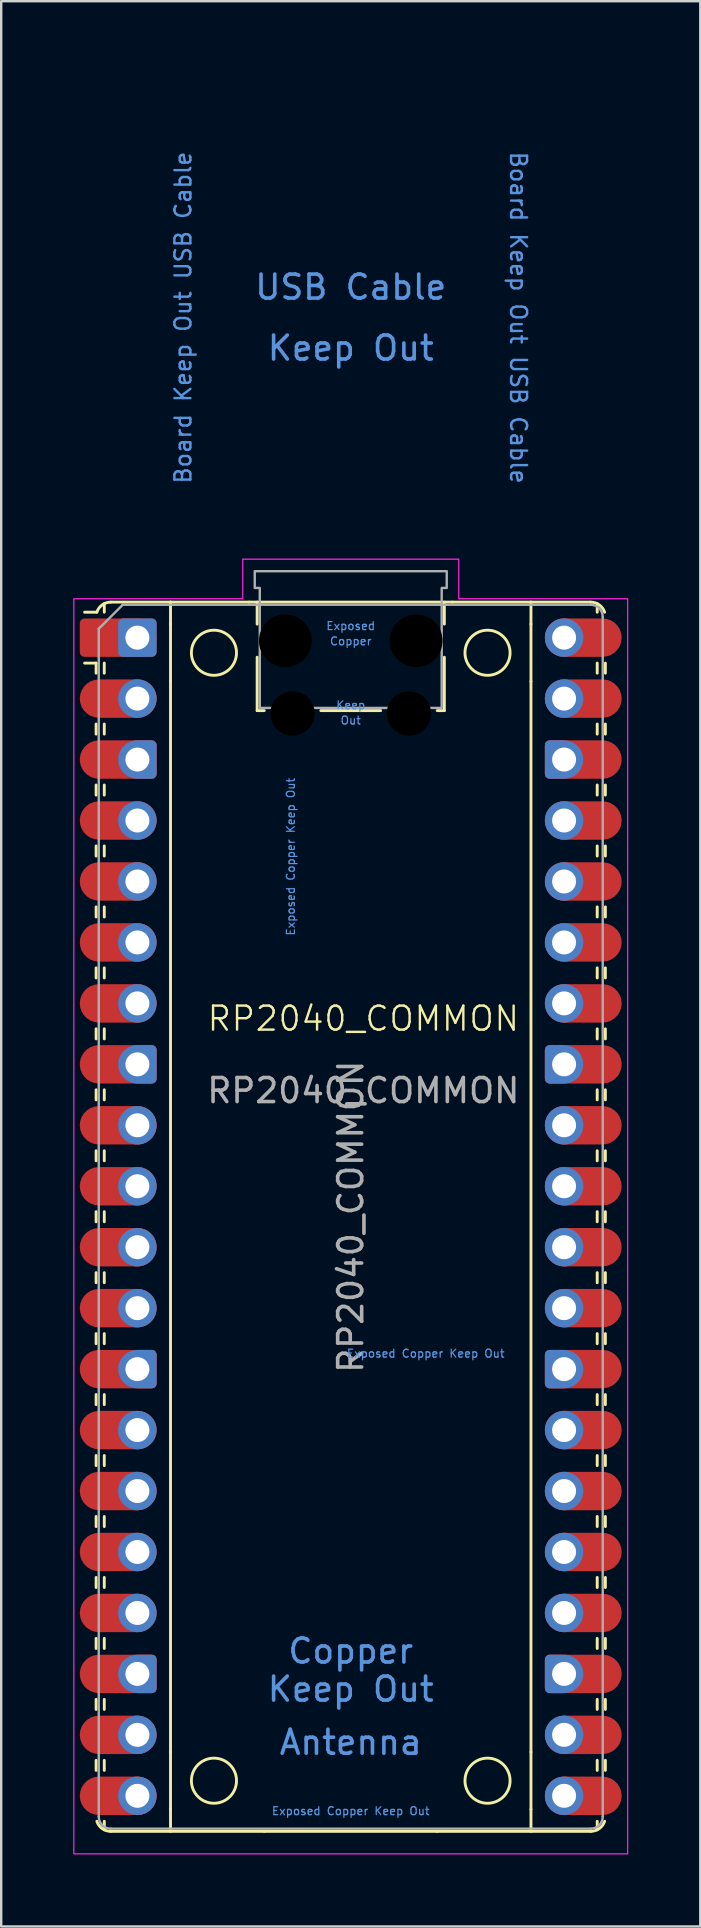
<source format=kicad_pcb>
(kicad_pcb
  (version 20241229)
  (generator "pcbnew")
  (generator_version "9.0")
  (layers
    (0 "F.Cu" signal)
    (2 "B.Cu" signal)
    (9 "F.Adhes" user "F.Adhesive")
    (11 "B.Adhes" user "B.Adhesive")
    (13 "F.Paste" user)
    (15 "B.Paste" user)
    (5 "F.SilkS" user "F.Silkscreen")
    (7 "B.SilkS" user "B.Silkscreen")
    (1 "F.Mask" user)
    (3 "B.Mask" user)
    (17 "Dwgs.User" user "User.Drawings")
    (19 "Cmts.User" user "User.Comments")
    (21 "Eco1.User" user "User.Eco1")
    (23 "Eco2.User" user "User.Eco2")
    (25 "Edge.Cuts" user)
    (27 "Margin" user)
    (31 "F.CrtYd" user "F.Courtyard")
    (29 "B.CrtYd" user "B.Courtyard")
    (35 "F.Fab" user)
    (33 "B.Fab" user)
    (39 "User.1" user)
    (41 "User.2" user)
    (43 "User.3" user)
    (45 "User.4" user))
  (footprint "RP2040_COMMON"
    (layer "F.Cu")
    (at 12.218 44.396)
    (property "Reference" "RP2040_COMMON" (at -0.128 -5.001 0) (unlocked yes) (layer "F.SilkS") (effects (font (size 1 1) (thickness 0.1))))
    (attr through_hole)
    (fp_line (start -11.263 -19.816) (end -11.743 -19.816) (stroke (width 0.12) (type solid)) (layer "F.SilkS"))
    (fp_line (start -11.263 -19.816) (end -11.263 -19.396) (stroke (width 0.12) (type solid)) (layer "F.SilkS"))
    (fp_line (start -11.263 -17.276) (end -11.263 -16.856) (stroke (width 0.12) (type solid)) (layer "F.SilkS"))
    (fp_line (start -11.263 -14.736) (end -11.263 -14.316) (stroke (width 0.12) (type solid)) (layer "F.SilkS"))
    (fp_line (start -11.263 -12.196) (end -11.263 -11.776) (stroke (width 0.12) (type solid)) (layer "F.SilkS"))
    (fp_line (start -11.263 -9.656) (end -11.263 -9.236) (stroke (width 0.12) (type solid)) (layer "F.SilkS"))
    (fp_line (start -11.263 -7.116) (end -11.263 -6.696) (stroke (width 0.12) (type solid)) (layer "F.SilkS"))
    (fp_line (start -11.263 -4.576) (end -11.263 -4.156) (stroke (width 0.12) (type solid)) (layer "F.SilkS"))
    (fp_line (start -11.263 -2.036) (end -11.263 -1.616) (stroke (width 0.12) (type solid)) (layer "F.SilkS"))
    (fp_line (start -11.263 0.504) (end -11.263 0.924) (stroke (width 0.12) (type solid)) (layer "F.SilkS"))
    (fp_line (start -11.263 3.044) (end -11.263 3.464) (stroke (width 0.12) (type solid)) (layer "F.SilkS"))
    (fp_line (start -11.263 5.584) (end -11.263 6.004) (stroke (width 0.12) (type solid)) (layer "F.SilkS"))
    (fp_line (start -11.263 8.124) (end -11.263 8.544) (stroke (width 0.12) (type solid)) (layer "F.SilkS"))
    (fp_line (start -11.263 10.664) (end -11.263 11.084) (stroke (width 0.12) (type solid)) (layer "F.SilkS"))
    (fp_line (start -11.263 13.204) (end -11.263 13.624) (stroke (width 0.12) (type solid)) (layer "F.SilkS"))
    (fp_line (start -11.263 15.744) (end -11.263 16.164) (stroke (width 0.12) (type solid)) (layer "F.SilkS"))
    (fp_line (start -11.263 18.284) (end -11.263 18.704) (stroke (width 0.12) (type solid)) (layer "F.SilkS"))
    (fp_line (start -11.263 20.824) (end -11.263 21.244) (stroke (width 0.12) (type solid)) (layer "F.SilkS"))
    (fp_line (start -11.263 23.364) (end -11.263 23.784) (stroke (width 0.12) (type solid)) (layer "F.SilkS"))
    (fp_line (start -11.263 25.904) (end -11.263 26.324) (stroke (width 0.12) (type solid)) (layer "F.SilkS"))
    (fp_line (start -11.233 -21.936) (end -11.743 -21.936) (stroke (width 0.12) (type solid)) (layer "F.SilkS"))
    (fp_line (start -10.923 -21.936) (end -10.923 -22.293) (stroke (width 0.12) (type solid)) (layer "F.SilkS"))
    (fp_line (start -10.923 -19.816) (end -10.923 -19.396) (stroke (width 0.12) (type solid)) (layer "F.SilkS"))
    (fp_line (start -10.923 -17.276) (end -10.923 -16.856) (stroke (width 0.12) (type solid)) (layer "F.SilkS"))
    (fp_line (start -10.923 -14.736) (end -10.923 -14.316) (stroke (width 0.12) (type solid)) (layer "F.SilkS"))
    (fp_line (start -10.923 -12.196) (end -10.923 -11.776) (stroke (width 0.12) (type solid)) (layer "F.SilkS"))
    (fp_line (start -10.923 -9.656) (end -10.923 -9.236) (stroke (width 0.12) (type solid)) (layer "F.SilkS"))
    (fp_line (start -10.923 -7.116) (end -10.923 -6.696) (stroke (width 0.12) (type solid)) (layer "F.SilkS"))
    (fp_line (start -10.923 -4.576) (end -10.923 -4.156) (stroke (width 0.12) (type solid)) (layer "F.SilkS"))
    (fp_line (start -10.923 -2.036) (end -10.923 -1.616) (stroke (width 0.12) (type solid)) (layer "F.SilkS"))
    (fp_line (start -10.923 0.504) (end -10.923 0.924) (stroke (width 0.12) (type solid)) (layer "F.SilkS"))
    (fp_line (start -10.923 3.044) (end -10.923 3.464) (stroke (width 0.12) (type solid)) (layer "F.SilkS"))
    (fp_line (start -10.923 5.584) (end -10.923 6.004) (stroke (width 0.12) (type solid)) (layer "F.SilkS"))
    (fp_line (start -10.923 8.124) (end -10.923 8.544) (stroke (width 0.12) (type solid)) (layer "F.SilkS"))
    (fp_line (start -10.923 10.664) (end -10.923 11.084) (stroke (width 0.12) (type solid)) (layer "F.SilkS"))
    (fp_line (start -10.923 13.204) (end -10.923 13.624) (stroke (width 0.12) (type solid)) (layer "F.SilkS"))
    (fp_line (start -10.923 15.744) (end -10.923 16.164) (stroke (width 0.12) (type solid)) (layer "F.SilkS"))
    (fp_line (start -10.923 18.284) (end -10.923 18.704) (stroke (width 0.12) (type solid)) (layer "F.SilkS"))
    (fp_line (start -10.923 20.824) (end -10.923 21.244) (stroke (width 0.12) (type solid)) (layer "F.SilkS"))
    (fp_line (start -10.923 23.364) (end -10.923 23.784) (stroke (width 0.12) (type solid)) (layer "F.SilkS"))
    (fp_line (start -10.923 25.904) (end -10.923 26.324) (stroke (width 0.12) (type solid)) (layer "F.SilkS"))
    (fp_line (start -10.923 28.444) (end -10.923 28.801) (stroke (width 0.12) (type solid)) (layer "F.SilkS"))
    (fp_line (start -10.653 -22.356) (end -8.163 -22.356) (stroke (width 0.12) (type solid)) (layer "F.SilkS"))
    (fp_line (start -10.653 28.864) (end -4.253 28.864) (stroke (width 0.12) (type solid)) (layer "F.SilkS"))
    (fp_line (start -8.163 -22.356) (end -8.163 -21.442) (stroke (width 0.12) (type solid)) (layer "F.SilkS"))
    (fp_line (start -8.163 -22.356) (end -4.888 -22.356) (stroke (width 0.12) (type solid)) (layer "F.SilkS"))
    (fp_line (start -8.163 -21.442) (end -8.163 -19.049) (stroke (width 0.12) (type solid)) (layer "F.SilkS"))
    (fp_line (start -8.163 -19.049) (end -8.163 25.558) (stroke (width 0.12) (type solid)) (layer "F.SilkS"))
    (fp_line (start -8.163 25.558) (end -8.163 27.951) (stroke (width 0.12) (type solid)) (layer "F.SilkS"))
    (fp_line (start -8.163 27.951) (end -8.163 28.864) (stroke (width 0.12) (type solid)) (layer "F.SilkS"))
    (fp_line (start -4.888 -22.356) (end 3.582 -22.356) (stroke (width 0.12) (type solid)) (layer "F.SilkS"))
    (fp_line (start -4.553 -22.356) (end -4.553 -21.44) (stroke (width 0.12) (type solid)) (layer "F.SilkS"))
    (fp_line (start -4.553 -20.061) (end -4.553 -17.836) (stroke (width 0.12) (type solid)) (layer "F.SilkS"))
    (fp_line (start -4.553 -17.836) (end -4.257 -17.836) (stroke (width 0.12) (type solid)) (layer "F.SilkS"))
    (fp_line (start -1.899 -17.836) (end 0.593 -17.836) (stroke (width 0.12) (type solid)) (layer "F.SilkS"))
    (fp_line (start 2.947 28.864) (end -4.253 28.864) (stroke (width 0.12) (type solid)) (layer "F.SilkS"))
    (fp_line (start 2.947 28.864) (end 9.347 28.864) (stroke (width 0.12) (type solid)) (layer "F.SilkS"))
    (fp_line (start 2.951 -17.836) (end 3.247 -17.836) (stroke (width 0.12) (type solid)) (layer "F.SilkS"))
    (fp_line (start 3.247 -22.356) (end 3.247 -21.44) (stroke (width 0.12) (type solid)) (layer "F.SilkS"))
    (fp_line (start 3.247 -20.061) (end 3.247 -17.836) (stroke (width 0.12) (type solid)) (layer "F.SilkS"))
    (fp_line (start 3.582 -22.356) (end 6.857 -22.356) (stroke (width 0.12) (type solid)) (layer "F.SilkS"))
    (fp_line (start 6.857 -22.356) (end 6.857 -21.442) (stroke (width 0.12) (type solid)) (layer "F.SilkS"))
    (fp_line (start 6.857 -21.442) (end 6.857 -19.049) (stroke (width 0.12) (type solid)) (layer "F.SilkS"))
    (fp_line (start 6.857 -19.049) (end 6.857 25.558) (stroke (width 0.12) (type solid)) (layer "F.SilkS"))
    (fp_line (start 6.857 25.558) (end 6.857 27.951) (stroke (width 0.12) (type solid)) (layer "F.SilkS"))
    (fp_line (start 6.857 27.951) (end 6.857 28.864) (stroke (width 0.12) (type solid)) (layer "F.SilkS"))
    (fp_line (start 9.347 -22.356) (end 6.857 -22.356) (stroke (width 0.12) (type solid)) (layer "F.SilkS"))
    (fp_line (start 9.617 -21.936) (end 9.617 -22.293) (stroke (width 0.12) (type solid)) (layer "F.SilkS"))
    (fp_line (start 9.617 -19.816) (end 9.617 -19.396) (stroke (width 0.12) (type solid)) (layer "F.SilkS"))
    (fp_line (start 9.617 -17.276) (end 9.617 -16.856) (stroke (width 0.12) (type solid)) (layer "F.SilkS"))
    (fp_line (start 9.617 -14.736) (end 9.617 -14.316) (stroke (width 0.12) (type solid)) (layer "F.SilkS"))
    (fp_line (start 9.617 -12.196) (end 9.617 -11.776) (stroke (width 0.12) (type solid)) (layer "F.SilkS"))
    (fp_line (start 9.617 -9.656) (end 9.617 -9.236) (stroke (width 0.12) (type solid)) (layer "F.SilkS"))
    (fp_line (start 9.617 -7.116) (end 9.617 -6.696) (stroke (width 0.12) (type solid)) (layer "F.SilkS"))
    (fp_line (start 9.617 -4.576) (end 9.617 -4.156) (stroke (width 0.12) (type solid)) (layer "F.SilkS"))
    (fp_line (start 9.617 -2.036) (end 9.617 -1.616) (stroke (width 0.12) (type solid)) (layer "F.SilkS"))
    (fp_line (start 9.617 0.504) (end 9.617 0.924) (stroke (width 0.12) (type solid)) (layer "F.SilkS"))
    (fp_line (start 9.617 3.044) (end 9.617 3.464) (stroke (width 0.12) (type solid)) (layer "F.SilkS"))
    (fp_line (start 9.617 5.584) (end 9.617 6.004) (stroke (width 0.12) (type solid)) (layer "F.SilkS"))
    (fp_line (start 9.617 8.124) (end 9.617 8.544) (stroke (width 0.12) (type solid)) (layer "F.SilkS"))
    (fp_line (start 9.617 10.664) (end 9.617 11.084) (stroke (width 0.12) (type solid)) (layer "F.SilkS"))
    (fp_line (start 9.617 13.204) (end 9.617 13.624) (stroke (width 0.12) (type solid)) (layer "F.SilkS"))
    (fp_line (start 9.617 15.744) (end 9.617 16.164) (stroke (width 0.12) (type solid)) (layer "F.SilkS"))
    (fp_line (start 9.617 18.284) (end 9.617 18.704) (stroke (width 0.12) (type solid)) (layer "F.SilkS"))
    (fp_line (start 9.617 20.824) (end 9.617 21.244) (stroke (width 0.12) (type solid)) (layer "F.SilkS"))
    (fp_line (start 9.617 23.364) (end 9.617 23.784) (stroke (width 0.12) (type solid)) (layer "F.SilkS"))
    (fp_line (start 9.617 25.904) (end 9.617 26.324) (stroke (width 0.12) (type solid)) (layer "F.SilkS"))
    (fp_line (start 9.617 28.444) (end 9.617 28.801) (stroke (width 0.12) (type solid)) (layer "F.SilkS"))
    (fp_line (start 9.957 -19.816) (end 9.957 -19.396) (stroke (width 0.12) (type solid)) (layer "F.SilkS"))
    (fp_line (start 9.957 -17.276) (end 9.957 -16.856) (stroke (width 0.12) (type solid)) (layer "F.SilkS"))
    (fp_line (start 9.957 -14.736) (end 9.957 -14.316) (stroke (width 0.12) (type solid)) (layer "F.SilkS"))
    (fp_line (start 9.957 -12.196) (end 9.957 -11.776) (stroke (width 0.12) (type solid)) (layer "F.SilkS"))
    (fp_line (start 9.957 -9.656) (end 9.957 -9.236) (stroke (width 0.12) (type solid)) (layer "F.SilkS"))
    (fp_line (start 9.957 -7.116) (end 9.957 -6.696) (stroke (width 0.12) (type solid)) (layer "F.SilkS"))
    (fp_line (start 9.957 -4.576) (end 9.957 -4.156) (stroke (width 0.12) (type solid)) (layer "F.SilkS"))
    (fp_line (start 9.957 -2.036) (end 9.957 -1.616) (stroke (width 0.12) (type solid)) (layer "F.SilkS"))
    (fp_line (start 9.957 0.504) (end 9.957 0.924) (stroke (width 0.12) (type solid)) (layer "F.SilkS"))
    (fp_line (start 9.957 3.044) (end 9.957 3.464) (stroke (width 0.12) (type solid)) (layer "F.SilkS"))
    (fp_line (start 9.957 5.584) (end 9.957 6.004) (stroke (width 0.12) (type solid)) (layer "F.SilkS"))
    (fp_line (start 9.957 8.124) (end 9.957 8.544) (stroke (width 0.12) (type solid)) (layer "F.SilkS"))
    (fp_line (start 9.957 10.664) (end 9.957 11.084) (stroke (width 0.12) (type solid)) (layer "F.SilkS"))
    (fp_line (start 9.957 13.204) (end 9.957 13.624) (stroke (width 0.12) (type solid)) (layer "F.SilkS"))
    (fp_line (start 9.957 15.744) (end 9.957 16.164) (stroke (width 0.12) (type solid)) (layer "F.SilkS"))
    (fp_line (start 9.957 18.284) (end 9.957 18.704) (stroke (width 0.12) (type solid)) (layer "F.SilkS"))
    (fp_line (start 9.957 20.824) (end 9.957 21.244) (stroke (width 0.12) (type solid)) (layer "F.SilkS"))
    (fp_line (start 9.957 23.364) (end 9.957 23.784) (stroke (width 0.12) (type solid)) (layer "F.SilkS"))
    (fp_line (start 9.957 25.904) (end 9.957 26.324) (stroke (width 0.12) (type solid)) (layer "F.SilkS"))
    (fp_arc (start -11.232796 -21.935814) (mid -11.011058 -22.239821) (end -10.65312 -22.355877) (stroke (width 0.12) (type solid)) (layer "F.SilkS"))
    (fp_arc (start -10.65312 28.864123) (mid -11.011057 28.748067) (end -11.232796 28.44406) (stroke (width 0.12) (type solid)) (layer "F.SilkS"))
    (fp_arc (start 9.34688 -22.355877) (mid 9.704817 -22.239821) (end 9.926556 -21.935814) (stroke (width 0.12) (type solid)) (layer "F.SilkS"))
    (fp_arc (start 9.926556 28.44406) (mid 9.704838 28.748114) (end 9.34688 28.864123) (stroke (width 0.12) (type solid)) (layer "F.SilkS"))
    (fp_circle (center -6.353 -20.246) (end -5.413 -20.246) (stroke (width 0.12) (type solid)) (fill no) (layer "F.SilkS"))
    (fp_circle (center -6.353 26.754) (end -5.413 26.754) (stroke (width 0.12) (type solid)) (fill no) (layer "F.SilkS"))
    (fp_circle (center 5.047 -20.246) (end 5.987 -20.246) (stroke (width 0.12) (type solid)) (fill no) (layer "F.SilkS"))
    (fp_circle (center 5.047 26.754) (end 5.987 26.754) (stroke (width 0.12) (type solid)) (fill no) (layer "F.SilkS"))
    (fp_poly (pts (xy -5.153 -24.146) (xy 3.847 -24.146) (xy 3.847 -22.496) (xy 10.887 -22.496) (xy 10.887 29.804) (xy -12.193 29.804) (xy -12.193 -22.496) (xy -5.153 -22.496)) (stroke (width 0.05) (type solid)) (fill no) (layer "F.CrtYd"))
    (fp_line (start -11.153 -21.246) (end -10.153 -22.246) (stroke (width 0.1) (type solid)) (layer "F.Fab"))
    (fp_line (start -11.153 28.254) (end -11.153 -21.246) (stroke (width 0.1) (type solid)) (layer "F.Fab"))
    (fp_line (start -10.153 -22.246) (end 9.347 -22.246) (stroke (width 0.1) (type solid)) (layer "F.Fab"))
    (fp_line (start 9.347 28.754) (end -10.653 28.754) (stroke (width 0.1) (type solid)) (layer "F.Fab"))
    (fp_line (start 9.847 -21.746) (end 9.847 28.254) (stroke (width 0.1) (type solid)) (layer "F.Fab"))
    (fp_arc (start -10.65312 28.754123) (mid -11.006673 28.607676) (end -11.15312 28.254123) (stroke (width 0.1) (type solid)) (layer "F.Fab"))
    (fp_arc (start 9.34688 -22.245877) (mid 9.700433 -22.09943) (end 9.84688 -21.745877) (stroke (width 0.1) (type solid)) (layer "F.Fab"))
    (fp_arc (start 9.84688 28.254123) (mid 9.700433 28.607676) (end 9.34688 28.754123) (stroke (width 0.1) (type solid)) (layer "F.Fab"))
    (fp_poly (pts (xy 3.137 -17.946) (xy 3.137 -22.946) (xy 3.347 -22.946) (xy 3.347 -23.646) (xy -4.653 -23.646) (xy -4.653 -22.946) (xy -4.443 -22.946) (xy -4.443 -17.946)) (stroke (width 0.1) (type solid)) (fill no) (layer "F.Fab"))
    (fp_text user "Keep Out" (at -0.653 -32.941 0) (unlocked yes) (layer "Cmts.User") (effects (font (size 1 1) (thickness 0.15))))
    (fp_text user "Board Keep Out USB Cable" (at 6.332 -34.211 270) (unlocked yes) (layer "Cmts.User") (effects (font (size 0.667 0.667) (thickness 0.1))))
    (fp_text user "Keep Out" (at -0.653 22.939 0) (unlocked yes) (layer "Cmts.User") (effects (font (size 1 1) (thickness 0.15))))
    (fp_text user "Exposed Copper Keep Out" (at 2.471 8.954 0) (unlocked yes) (layer "Cmts.User") (effects (font (size 0.333 0.333) (thickness 0.05))))
    (fp_text user "Exposed" (at -0.653 -21.363 0) (unlocked yes) (layer "Cmts.User") (effects (font (size 0.333 0.333) (thickness 0.05))))
    (fp_text user "Exposed Copper Keep Out" (at -0.653 28.019 0) (unlocked yes) (layer "Cmts.User") (effects (font (size 0.333 0.333) (thickness 0.05))))
    (fp_text user "Out" (at -0.653 -17.428 0) (unlocked yes) (layer "Cmts.User") (effects (font (size 0.333 0.333) (thickness 0.05))))
    (fp_text user "Antenna" (at -0.653 25.154 0) (unlocked yes) (layer "Cmts.User") (effects (font (size 1 1) (thickness 0.15))))
    (fp_text user "Copper" (at -0.653 21.352 0) (unlocked yes) (layer "Cmts.User") (effects (font (size 1 1) (thickness 0.15))))
    (fp_text user "Keep" (at -0.653 -18.063 0) (unlocked yes) (layer "Cmts.User") (effects (font (size 0.333 0.333) (thickness 0.05))))
    (fp_text user "Board Keep Out USB Cable" (at -7.638 -34.211 90) (unlocked yes) (layer "Cmts.User") (effects (font (size 0.667 0.667) (thickness 0.1))))
    (fp_text user "USB Cable" (at -0.653 -35.481 0) (unlocked yes) (layer "Cmts.User") (effects (font (size 1 1) (thickness 0.15))))
    (fp_text user "Copper" (at -0.653 -20.728 0) (unlocked yes) (layer "Cmts.User") (effects (font (size 0.333 0.333) (thickness 0.05))))
    (fp_text user "Exposed Copper Keep Out" (at -3.153 -11.746 90) (unlocked yes) (layer "Cmts.User") (effects (font (size 0.333 0.333) (thickness 0.05))))
    (fp_text user "${REFERENCE}" (at -0.653 3.254 90) (layer "F.Fab") (effects (font (size 1 1) (thickness 0.15))))
    (fp_text user "${REFERENCE}" (at -0.128 -2.001 0) (unlocked yes) (layer "F.Fab") (effects (font (size 1 1) (thickness 0.15))))
    (pad "" np_thru_hole circle (at -3.378 -20.746) (size 2.2 2.2) (drill 2.2) (layers "*.Mask"))
    (pad "" np_thru_hole circle (at -3.078 -17.716) (size 1.85 1.85) (drill 1.85) (layers "*.Mask"))
    (pad "" np_thru_hole circle (at 1.772 -17.716) (size 1.85 1.85) (drill 1.85) (layers "*.Mask"))
    (pad "" np_thru_hole circle (at 2.072 -20.746) (size 2.2 2.2) (drill 2.2) (layers "*.Mask"))
    (pad "1" thru_hole roundrect (at -9.543 -20.876) (size 1.6 1.6) (drill 1) (layers "*.Cu" "*.Mask") (roundrect_rratio 0.125))
    (pad "1" smd custom (at -9.543 -20.876) (size 1.6 1.6) (layers "F.Cu" "F.Mask") (options (anchor circle)) (primitives (gr_poly (pts (xy -2.4 0.6) (xy -2.4 -0.6) (xy -2.2 -0.8) (xy 0 -0.8) (xy 0 0.8) (xy -2.2 0.8)) (width 0) (fill yes)) (gr_circle (center -2.2 0.6) (end -2 0.6) (width 0) (fill yes)) (gr_circle (center -2.2 -0.6) (end -2 -0.6) (width 0) (fill yes))))
    (pad "2" thru_hole circle (at -9.543 -18.336) (size 1.6 1.6) (drill 1) (layers "*.Cu" "*.Mask"))
    (pad "2" smd roundrect (at -9.543 -18.336) (size 3.2 1.6) (drill (offset -0.8 0)) (layers "F.Cu" "F.Mask") (roundrect_rratio 0.5))
    (pad "3" smd custom (at -9.543 -15.796) (size 1.6 1.6) (layers "F.Cu" "F.Mask") (options (anchor circle)) (primitives (gr_poly (pts (xy 0.8 -0.6) (xy 0.8 0.6) (xy 0.6 0.8) (xy -1.6 0.8) (xy -1.6 -0.8) (xy 0.6 -0.8)) (width 0) (fill yes)) (gr_circle (center 0.6 0.6) (end 0.8 0.6) (width 0) (fill yes)) (gr_circle (center 0.6 -0.6) (end 0.8 -0.6) (width 0) (fill yes)) (gr_circle (center -1.6 0) (end -0.8 0) (width 0) (fill yes))))
    (pad "3" thru_hole custom (at -9.543 -15.796) (size 1.6 1.6) (drill 1) (layers "*.Cu" "*.Mask") (options (anchor circle)) (primitives (gr_poly (pts (xy 0.8 0.6) (xy 0.8 -0.6) (xy 0.6 -0.8) (xy 0 -0.8) (xy 0 0.8) (xy 0.6 0.8)) (width 0) (fill yes)) (gr_circle (center 0.6 0.6) (end 0.8 0.6) (width 0) (fill yes)) (gr_circle (center 0.6 -0.6) (end 0.8 -0.6) (width 0) (fill yes))))
    (pad "4" thru_hole circle (at -9.543 -13.256) (size 1.6 1.6) (drill 1) (layers "*.Cu" "*.Mask"))
    (pad "4" smd roundrect (at -9.543 -13.256) (size 3.2 1.6) (drill (offset -0.8 0)) (layers "F.Cu" "F.Mask") (roundrect_rratio 0.5))
    (pad "5" thru_hole circle (at -9.543 -10.716) (size 1.6 1.6) (drill 1) (layers "*.Cu" "*.Mask"))
    (pad "5" smd roundrect (at -9.543 -10.716) (size 3.2 1.6) (drill (offset -0.8 0)) (layers "F.Cu" "F.Mask") (roundrect_rratio 0.5))
    (pad "6" thru_hole circle (at -9.543 -8.176) (size 1.6 1.6) (drill 1) (layers "*.Cu" "*.Mask"))
    (pad "6" smd roundrect (at -9.543 -8.176) (size 3.2 1.6) (drill (offset -0.8 0)) (layers "F.Cu" "F.Mask") (roundrect_rratio 0.5))
    (pad "7" thru_hole circle (at -9.543 -5.636) (size 1.6 1.6) (drill 1) (layers "*.Cu" "*.Mask"))
    (pad "7" smd roundrect (at -9.543 -5.636) (size 3.2 1.6) (drill (offset -0.8 0)) (layers "F.Cu" "F.Mask") (roundrect_rratio 0.5))
    (pad "8" smd custom (at -9.543 -3.096) (size 1.6 1.6) (layers "F.Cu" "F.Mask") (options (anchor circle)) (primitives (gr_poly (pts (xy 0.8 -0.6) (xy 0.8 0.6) (xy 0.6 0.8) (xy -1.6 0.8) (xy -1.6 -0.8) (xy 0.6 -0.8)) (width 0) (fill yes)) (gr_circle (center 0.6 0.6) (end 0.8 0.6) (width 0) (fill yes)) (gr_circle (center 0.6 -0.6) (end 0.8 -0.6) (width 0) (fill yes)) (gr_circle (center -1.6 0) (end -0.8 0) (width 0) (fill yes))))
    (pad "8" thru_hole custom (at -9.543 -3.096) (size 1.6 1.6) (drill 1) (layers "*.Cu" "*.Mask") (options (anchor circle)) (primitives (gr_poly (pts (xy 0.8 0.6) (xy 0.8 -0.6) (xy 0.6 -0.8) (xy 0 -0.8) (xy 0 0.8) (xy 0.6 0.8)) (width 0) (fill yes)) (gr_circle (center 0.6 0.6) (end 0.8 0.6) (width 0) (fill yes)) (gr_circle (center 0.6 -0.6) (end 0.8 -0.6) (width 0) (fill yes))))
    (pad "9" thru_hole circle (at -9.543 -0.556) (size 1.6 1.6) (drill 1) (layers "*.Cu" "*.Mask"))
    (pad "9" smd roundrect (at -9.543 -0.556) (size 3.2 1.6) (drill (offset -0.8 0)) (layers "F.Cu" "F.Mask") (roundrect_rratio 0.5))
    (pad "10" thru_hole circle (at -9.543 1.984) (size 1.6 1.6) (drill 1) (layers "*.Cu" "*.Mask"))
    (pad "10" smd roundrect (at -9.543 1.984) (size 3.2 1.6) (drill (offset -0.8 0)) (layers "F.Cu" "F.Mask") (roundrect_rratio 0.5))
    (pad "11" thru_hole circle (at -9.543 4.524) (size 1.6 1.6) (drill 1) (layers "*.Cu" "*.Mask"))
    (pad "11" smd roundrect (at -9.543 4.524) (size 3.2 1.6) (drill (offset -0.8 0)) (layers "F.Cu" "F.Mask") (roundrect_rratio 0.5))
    (pad "12" thru_hole circle (at -9.543 7.064) (size 1.6 1.6) (drill 1) (layers "*.Cu" "*.Mask"))
    (pad "12" smd roundrect (at -9.543 7.064) (size 3.2 1.6) (drill (offset -0.8 0)) (layers "F.Cu" "F.Mask") (roundrect_rratio 0.5))
    (pad "13" smd custom (at -9.543 9.604) (size 1.6 1.6) (layers "F.Cu" "F.Mask") (options (anchor circle)) (primitives (gr_poly (pts (xy 0.8 -0.6) (xy 0.8 0.6) (xy 0.6 0.8) (xy -1.6 0.8) (xy -1.6 -0.8) (xy 0.6 -0.8)) (width 0) (fill yes)) (gr_circle (center 0.6 0.6) (end 0.8 0.6) (width 0) (fill yes)) (gr_circle (center 0.6 -0.6) (end 0.8 -0.6) (width 0) (fill yes)) (gr_circle (center -1.6 0) (end -0.8 0) (width 0) (fill yes))))
    (pad "13" thru_hole custom (at -9.543 9.604) (size 1.6 1.6) (drill 1) (layers "*.Cu" "*.Mask") (options (anchor circle)) (primitives (gr_poly (pts (xy 0.8 0.6) (xy 0.8 -0.6) (xy 0.6 -0.8) (xy 0 -0.8) (xy 0 0.8) (xy 0.6 0.8)) (width 0) (fill yes)) (gr_circle (center 0.6 0.6) (end 0.8 0.6) (width 0) (fill yes)) (gr_circle (center 0.6 -0.6) (end 0.8 -0.6) (width 0) (fill yes))))
    (pad "14" thru_hole circle (at -9.543 12.144) (size 1.6 1.6) (drill 1) (layers "*.Cu" "*.Mask"))
    (pad "14" smd roundrect (at -9.543 12.144) (size 3.2 1.6) (drill (offset -0.8 0)) (layers "F.Cu" "F.Mask") (roundrect_rratio 0.5))
    (pad "15" thru_hole circle (at -9.543 14.684) (size 1.6 1.6) (drill 1) (layers "*.Cu" "*.Mask"))
    (pad "15" smd roundrect (at -9.543 14.684) (size 3.2 1.6) (drill (offset -0.8 0)) (layers "F.Cu" "F.Mask") (roundrect_rratio 0.5))
    (pad "16" thru_hole circle (at -9.543 17.224) (size 1.6 1.6) (drill 1) (layers "*.Cu" "*.Mask"))
    (pad "16" smd roundrect (at -9.543 17.224) (size 3.2 1.6) (drill (offset -0.8 0)) (layers "F.Cu" "F.Mask") (roundrect_rratio 0.5))
    (pad "17" thru_hole circle (at -9.543 19.764) (size 1.6 1.6) (drill 1) (layers "*.Cu" "*.Mask"))
    (pad "17" smd roundrect (at -9.543 19.764) (size 3.2 1.6) (drill (offset -0.8 0)) (layers "F.Cu" "F.Mask") (roundrect_rratio 0.5))
    (pad "18" smd custom (at -9.543 22.304) (size 1.6 1.6) (layers "F.Cu" "F.Mask") (options (anchor circle)) (primitives (gr_poly (pts (xy 0.8 -0.6) (xy 0.8 0.6) (xy 0.6 0.8) (xy -1.6 0.8) (xy -1.6 -0.8) (xy 0.6 -0.8)) (width 0) (fill yes)) (gr_circle (center 0.6 0.6) (end 0.8 0.6) (width 0) (fill yes)) (gr_circle (center 0.6 -0.6) (end 0.8 -0.6) (width 0) (fill yes)) (gr_circle (center -1.6 0) (end -0.8 0) (width 0) (fill yes))))
    (pad "18" thru_hole custom (at -9.543 22.304) (size 1.6 1.6) (drill 1) (layers "*.Cu" "*.Mask") (options (anchor circle)) (primitives (gr_poly (pts (xy 0.8 0.6) (xy 0.8 -0.6) (xy 0.6 -0.8) (xy 0 -0.8) (xy 0 0.8) (xy 0.6 0.8)) (width 0) (fill yes)) (gr_circle (center 0.6 0.6) (end 0.8 0.6) (width 0) (fill yes)) (gr_circle (center 0.6 -0.6) (end 0.8 -0.6) (width 0) (fill yes))))
    (pad "19" thru_hole circle (at -9.543 24.844) (size 1.6 1.6) (drill 1) (layers "*.Cu" "*.Mask"))
    (pad "19" smd roundrect (at -9.543 24.844) (size 3.2 1.6) (drill (offset -0.8 0)) (layers "F.Cu" "F.Mask") (roundrect_rratio 0.5))
    (pad "20" thru_hole circle (at -9.543 27.384) (size 1.6 1.6) (drill 1) (layers "*.Cu" "*.Mask"))
    (pad "20" smd roundrect (at -9.543 27.384) (size 3.2 1.6) (drill (offset -0.8 0)) (layers "F.Cu" "F.Mask") (roundrect_rratio 0.5))
    (pad "21" thru_hole circle (at 8.237 27.384) (size 1.6 1.6) (drill 1) (layers "*.Cu" "*.Mask"))
    (pad "21" smd roundrect (at 8.237 27.384) (size 3.2 1.6) (drill (offset 0.8 0)) (layers "F.Cu" "F.Mask") (roundrect_rratio 0.5))
    (pad "22" thru_hole circle (at 8.237 24.844) (size 1.6 1.6) (drill 1) (layers "*.Cu" "*.Mask"))
    (pad "22" smd roundrect (at 8.237 24.844) (size 3.2 1.6) (drill (offset 0.8 0)) (layers "F.Cu" "F.Mask") (roundrect_rratio 0.5))
    (pad "23" smd custom (at 8.237 22.304) (size 1.6 1.6) (layers "F.Cu" "F.Mask") (options (anchor circle)) (primitives (gr_poly (pts (xy -0.8 -0.6) (xy -0.8 0.6) (xy -0.6 0.8) (xy 1.6 0.8) (xy 1.6 -0.8) (xy -0.6 -0.8)) (width 0) (fill yes)) (gr_circle (center -0.6 0.6) (end -0.4 0.6) (width 0) (fill yes)) (gr_circle (center -0.6 -0.6) (end -0.4 -0.6) (width 0) (fill yes)) (gr_circle (center 1.6 0) (end 2.4 0) (width 0) (fill yes))))
    (pad "23" thru_hole custom (at 8.237 22.304) (size 1.6 1.6) (drill 1) (layers "*.Cu" "*.Mask") (options (anchor circle)) (primitives (gr_poly (pts (xy -0.8 0.6) (xy -0.8 -0.6) (xy -0.6 -0.8) (xy 0 -0.8) (xy 0 0.8) (xy -0.6 0.8)) (width 0) (fill yes)) (gr_circle (center -0.6 0.6) (end -0.4 0.6) (width 0) (fill yes)) (gr_circle (center -0.6 -0.6) (end -0.4 -0.6) (width 0) (fill yes))))
    (pad "24" thru_hole circle (at 8.237 19.764) (size 1.6 1.6) (drill 1) (layers "*.Cu" "*.Mask"))
    (pad "24" smd roundrect (at 8.237 19.764) (size 3.2 1.6) (drill (offset 0.8 0)) (layers "F.Cu" "F.Mask") (roundrect_rratio 0.5))
    (pad "25" thru_hole circle (at 8.237 17.224) (size 1.6 1.6) (drill 1) (layers "*.Cu" "*.Mask"))
    (pad "25" smd roundrect (at 8.237 17.224) (size 3.2 1.6) (drill (offset 0.8 0)) (layers "F.Cu" "F.Mask") (roundrect_rratio 0.5))
    (pad "26" thru_hole circle (at 8.237 14.684) (size 1.6 1.6) (drill 1) (layers "*.Cu" "*.Mask"))
    (pad "26" smd roundrect (at 8.237 14.684) (size 3.2 1.6) (drill (offset 0.8 0)) (layers "F.Cu" "F.Mask") (roundrect_rratio 0.5))
    (pad "27" thru_hole circle (at 8.237 12.144) (size 1.6 1.6) (drill 1) (layers "*.Cu" "*.Mask"))
    (pad "27" smd roundrect (at 8.237 12.144) (size 3.2 1.6) (drill (offset 0.8 0)) (layers "F.Cu" "F.Mask") (roundrect_rratio 0.5))
    (pad "28" smd custom (at 8.237 9.604) (size 1.6 1.6) (layers "F.Cu" "F.Mask") (options (anchor circle)) (primitives (gr_poly (pts (xy -0.8 -0.6) (xy -0.8 0.6) (xy -0.6 0.8) (xy 1.6 0.8) (xy 1.6 -0.8) (xy -0.6 -0.8)) (width 0) (fill yes)) (gr_circle (center -0.6 0.6) (end -0.4 0.6) (width 0) (fill yes)) (gr_circle (center -0.6 -0.6) (end -0.4 -0.6) (width 0) (fill yes)) (gr_circle (center 1.6 0) (end 2.4 0) (width 0) (fill yes))))
    (pad "28" thru_hole custom (at 8.237 9.604) (size 1.6 1.6) (drill 1) (layers "*.Cu" "*.Mask") (options (anchor circle)) (primitives (gr_poly (pts (xy -0.8 0.6) (xy -0.8 -0.6) (xy -0.6 -0.8) (xy 0 -0.8) (xy 0 0.8) (xy -0.6 0.8)) (width 0) (fill yes)) (gr_circle (center -0.6 0.6) (end -0.4 0.6) (width 0) (fill yes)) (gr_circle (center -0.6 -0.6) (end -0.4 -0.6) (width 0) (fill yes))))
    (pad "29" thru_hole circle (at 8.237 7.064) (size 1.6 1.6) (drill 1) (layers "*.Cu" "*.Mask"))
    (pad "29" smd roundrect (at 8.237 7.064) (size 3.2 1.6) (drill (offset 0.8 0)) (layers "F.Cu" "F.Mask") (roundrect_rratio 0.5))
    (pad "30" thru_hole circle (at 8.237 4.524) (size 1.6 1.6) (drill 1) (layers "*.Cu" "*.Mask"))
    (pad "30" smd roundrect (at 8.237 4.524) (size 3.2 1.6) (drill (offset 0.8 0)) (layers "F.Cu" "F.Mask") (roundrect_rratio 0.5))
    (pad "31" thru_hole circle (at 8.237 1.984) (size 1.6 1.6) (drill 1) (layers "*.Cu" "*.Mask"))
    (pad "31" smd roundrect (at 8.237 1.984) (size 3.2 1.6) (drill (offset 0.8 0)) (layers "F.Cu" "F.Mask") (roundrect_rratio 0.5))
    (pad "32" thru_hole circle (at 8.237 -0.556) (size 1.6 1.6) (drill 1) (layers "*.Cu" "*.Mask"))
    (pad "32" smd roundrect (at 8.237 -0.556) (size 3.2 1.6) (drill (offset 0.8 0)) (layers "F.Cu" "F.Mask") (roundrect_rratio 0.5))
    (pad "33" smd custom (at 8.237 -3.096) (size 1.6 1.6) (layers "F.Cu" "F.Mask") (options (anchor circle)) (primitives (gr_poly (pts (xy -0.8 -0.6) (xy -0.8 0.6) (xy -0.6 0.8) (xy 1.6 0.8) (xy 1.6 -0.8) (xy -0.6 -0.8)) (width 0) (fill yes)) (gr_circle (center -0.6 0.6) (end -0.4 0.6) (width 0) (fill yes)) (gr_circle (center -0.6 -0.6) (end -0.4 -0.6) (width 0) (fill yes)) (gr_circle (center 1.6 0) (end 2.4 0) (width 0) (fill yes))))
    (pad "33" thru_hole custom (at 8.237 -3.096) (size 1.6 1.6) (drill 1) (layers "*.Cu" "*.Mask") (options (anchor circle)) (primitives (gr_poly (pts (xy -0.8 0.6) (xy -0.8 -0.6) (xy -0.6 -0.8) (xy 0 -0.8) (xy 0 0.8) (xy -0.6 0.8)) (width 0) (fill yes)) (gr_circle (center -0.6 0.6) (end -0.4 0.6) (width 0) (fill yes)) (gr_circle (center -0.6 -0.6) (end -0.4 -0.6) (width 0) (fill yes))))
    (pad "34" thru_hole circle (at 8.237 -5.636) (size 1.6 1.6) (drill 1) (layers "*.Cu" "*.Mask"))
    (pad "34" smd roundrect (at 8.237 -5.636) (size 3.2 1.6) (drill (offset 0.8 0)) (layers "F.Cu" "F.Mask") (roundrect_rratio 0.5))
    (pad "35" thru_hole circle (at 8.237 -8.176) (size 1.6 1.6) (drill 1) (layers "*.Cu" "*.Mask"))
    (pad "35" smd roundrect (at 8.237 -8.176) (size 3.2 1.6) (drill (offset 0.8 0)) (layers "F.Cu" "F.Mask") (roundrect_rratio 0.5))
    (pad "36" thru_hole circle (at 8.237 -10.716) (size 1.6 1.6) (drill 1) (layers "*.Cu" "*.Mask"))
    (pad "36" smd roundrect (at 8.237 -10.716) (size 3.2 1.6) (drill (offset 0.8 0)) (layers "F.Cu" "F.Mask") (roundrect_rratio 0.5))
    (pad "37" thru_hole circle (at 8.237 -13.256) (size 1.6 1.6) (drill 1) (layers "*.Cu" "*.Mask"))
    (pad "37" smd roundrect (at 8.237 -13.256) (size 3.2 1.6) (drill (offset 0.8 0)) (layers "F.Cu" "F.Mask") (roundrect_rratio 0.5))
    (pad "38" smd custom (at 8.237 -15.796) (size 1.6 1.6) (layers "F.Cu" "F.Mask") (options (anchor circle)) (primitives (gr_poly (pts (xy -0.8 -0.6) (xy -0.8 0.6) (xy -0.6 0.8) (xy 1.6 0.8) (xy 1.6 -0.8) (xy -0.6 -0.8)) (width 0) (fill yes)) (gr_circle (center -0.6 0.6) (end -0.4 0.6) (width 0) (fill yes)) (gr_circle (center -0.6 -0.6) (end -0.4 -0.6) (width 0) (fill yes)) (gr_circle (center 1.6 0) (end 2.4 0) (width 0) (fill yes))))
    (pad "38" thru_hole custom (at 8.237 -15.796) (size 1.6 1.6) (drill 1) (layers "*.Cu" "*.Mask") (options (anchor circle)) (primitives (gr_poly (pts (xy -0.8 0.6) (xy -0.8 -0.6) (xy -0.6 -0.8) (xy 0 -0.8) (xy 0 0.8) (xy -0.6 0.8)) (width 0) (fill yes)) (gr_circle (center -0.6 0.6) (end -0.4 0.6) (width 0) (fill yes)) (gr_circle (center -0.6 -0.6) (end -0.4 -0.6) (width 0) (fill yes))))
    (pad "39" thru_hole circle (at 8.237 -18.336) (size 1.6 1.6) (drill 1) (layers "*.Cu" "*.Mask"))
    (pad "39" smd roundrect (at 8.237 -18.336) (size 3.2 1.6) (drill (offset 0.8 0)) (layers "F.Cu" "F.Mask") (roundrect_rratio 0.5))
    (pad "40" thru_hole circle (at 8.237 -20.876) (size 1.6 1.6) (drill 1) (layers "*.Cu" "*.Mask"))
    (pad "40" smd roundrect (at 8.237 -20.876) (size 3.2 1.6) (drill (offset 0.8 0)) (layers "F.Cu" "F.Mask") (roundrect_rratio 0.5))
    (zone (net_name "") (layers "F.Cu" "B.Cu" "F.Paste" "B.Paste") (name "Antenna Copper Keep Out") (hatch full 0.5) (connect_pads) (min_thickness 0.254) (filled_areas_thickness no) (keepout (tracks not_allowed) (vias not_allowed) (pads not_allowed) (copperpour not_allowed) (footprints allowed)) (placement (enabled no)) (fill) (polygon (pts (xy 9.165 72.64) (xy 4.465 68.99) (xy 4.465 64.65) (xy 18.665 64.65) (xy 18.665 68.99) (xy 13.965 72.64) (xy 13.965 73.65) (xy 9.165 73.65))))
    (zone (net_name "") (layers "F.Cu" "F.Paste") (name "Pad Keep Out D1-W") (hatch full 0.5) (connect_pads) (min_thickness 0.25) (filled_areas_thickness no) (keepout (tracks not_allowed) (vias not_allowed) (pads not_allowed) (copperpour not_allowed) (footprints allowed)) (placement (enabled no)) (fill) (polygon (pts (xy 11.194 52.45) (xy 11.249 52.395) (xy 11.322 52.365) (xy 11.362 52.363) (xy 12.149 52.363) (xy 12.149 54.337) (xy 11.362 54.337) (xy 11.322 54.335) (xy 11.249 54.305) (xy 11.194 54.25) (xy 11.164 54.177) (xy 11.162 54.137) (xy 11.162 52.563) (xy 11.164 52.523))))
    (zone (net_name "") (layers "F.Cu" "F.Paste") (name "Pad Keep Out D1-W") (hatch full 0.5) (connect_pads) (min_thickness 0.25) (filled_areas_thickness no) (keepout (tracks not_allowed) (vias not_allowed) (pads not_allowed) (copperpour not_allowed) (footprints allowed)) (placement (enabled no)) (fill) (polygon (pts (xy 12.937 54.337) (xy 12.149 54.337) (xy 12.149 52.363) (xy 12.937 52.363) (xy 12.976 52.365) (xy 13.049 52.395) (xy 13.104 52.45) (xy 13.135 52.523) (xy 13.136 52.563) (xy 13.136 54.137) (xy 13.135 54.177) (xy 13.104 54.25) (xy 13.049 54.305) (xy 12.976 54.335))))
    (zone (net_name "") (layers "F.Cu" "F.Paste") (name "Pad Keep Out TP4") (hatch full 0.5) (connect_pads) (min_thickness 0.25) (filled_areas_thickness no) (keepout (tracks not_allowed) (vias not_allowed) (pads not_allowed) (copperpour not_allowed) (footprints allowed)) (placement (enabled no)) (fill) (polygon (pts (xy 8.549 31.098) (xy 8.423 31.064) (xy 8.309 30.998) (xy 8.217 30.906) (xy 8.151 30.792) (xy 8.117 30.666) (xy 8.115 30.6) (xy 8.115 30.15) (xy 10.015 30.15) (xy 10.015 30.6) (xy 10.013 30.666) (xy 9.979 30.792) (xy 9.913 30.906) (xy 9.821 30.998) (xy 9.707 31.064) (xy 9.581 31.098) (xy 9.515 31.1) (xy 8.615 31.1))))
    (zone (net_name "") (layers "F.Cu" "F.Paste") (name "Pad Keep Out TP5") (hatch full 0.5) (connect_pads) (min_thickness 0.25) (filled_areas_thickness no) (keepout (tracks not_allowed) (vias not_allowed) (pads not_allowed) (copperpour not_allowed) (footprints allowed)) (placement (enabled no)) (fill) (polygon (pts (xy 8.549 33.598) (xy 8.423 33.564) (xy 8.309 33.498) (xy 8.217 33.406) (xy 8.151 33.292) (xy 8.117 33.166) (xy 8.115 33.1) (xy 8.115 32.65) (xy 10.015 32.65) (xy 10.015 33.1) (xy 10.013 33.166) (xy 9.979 33.292) (xy 9.913 33.406) (xy 9.821 33.498) (xy 9.707 33.564) (xy 9.581 33.598) (xy 9.515 33.6) (xy 8.615 33.6))))
    (zone (net_name "") (layers "F.Cu" "F.Paste") (name "Pad Keep Out TP6") (hatch full 0.5) (connect_pads) (min_thickness 0.25) (filled_areas_thickness no) (keepout (tracks not_allowed) (vias not_allowed) (pads not_allowed) (copperpour not_allowed) (footprints allowed)) (placement (enabled no)) (fill) (polygon (pts (xy 8.549 36.098) (xy 8.423 36.064) (xy 8.309 35.998) (xy 8.217 35.906) (xy 8.151 35.792) (xy 8.117 35.666) (xy 8.115 35.6) (xy 8.115 35.15) (xy 10.015 35.15) (xy 10.015 35.6) (xy 10.013 35.666) (xy 9.979 35.792) (xy 9.913 35.906) (xy 9.821 35.998) (xy 9.707 36.064) (xy 9.581 36.098) (xy 9.515 36.1) (xy 8.615 36.1))))
    (zone (net_name "") (layers "F.Cu" "F.Paste") (name "Pad Keep Out TP3") (hatch full 0.5) (connect_pads) (min_thickness 0.25) (filled_areas_thickness no) (keepout (tracks not_allowed) (vias not_allowed) (pads not_allowed) (copperpour not_allowed) (footprints allowed)) (placement (enabled no)) (fill) (polygon (pts (xy 9.617 22.834) (xy 9.651 22.708) (xy 9.717 22.594) (xy 9.809 22.502) (xy 9.923 22.436) (xy 10.049 22.402) (xy 10.115 22.4) (xy 10.565 22.4) (xy 10.565 24.3) (xy 10.115 24.3) (xy 10.049 24.298) (xy 9.923 24.264) (xy 9.809 24.198) (xy 9.717 24.106) (xy 9.651 23.992) (xy 9.617 23.866) (xy 9.615 23.8) (xy 9.615 22.9))))
    (zone (net_name "") (layers "F.Cu" "F.Paste") (name "Pad Keep Out TP4") (hatch full 0.5) (connect_pads) (min_thickness 0.25) (filled_areas_thickness no) (keepout (tracks not_allowed) (vias not_allowed) (pads not_allowed) (copperpour not_allowed) (footprints allowed)) (placement (enabled no)) (fill) (polygon (pts (xy 10.015 30.15) (xy 10.015 29.7) (xy 10.013 29.634) (xy 9.979 29.508) (xy 9.913 29.394) (xy 9.821 29.302) (xy 9.707 29.236) (xy 9.581 29.202) (xy 9.515 29.2) (xy 8.615 29.2) (xy 8.549 29.202) (xy 8.423 29.236) (xy 8.309 29.302) (xy 8.217 29.394) (xy 8.151 29.508) (xy 8.117 29.634) (xy 8.115 29.7) (xy 8.115 30.15))))
    (zone (net_name "") (layers "F.Cu" "F.Paste") (name "Pad Keep Out TP5") (hatch full 0.5) (connect_pads) (min_thickness 0.25) (filled_areas_thickness no) (keepout (tracks not_allowed) (vias not_allowed) (pads not_allowed) (copperpour not_allowed) (footprints allowed)) (placement (enabled no)) (fill) (polygon (pts (xy 10.015 32.65) (xy 10.015 32.2) (xy 10.013 32.134) (xy 9.979 32.008) (xy 9.913 31.894) (xy 9.821 31.802) (xy 9.707 31.736) (xy 9.581 31.702) (xy 9.515 31.7) (xy 8.615 31.7) (xy 8.549 31.702) (xy 8.423 31.736) (xy 8.309 31.802) (xy 8.217 31.894) (xy 8.151 32.008) (xy 8.117 32.134) (xy 8.115 32.2) (xy 8.115 32.65))))
    (zone (net_name "") (layers "F.Cu" "F.Paste") (name "Pad Keep Out TP6") (hatch full 0.5) (connect_pads) (min_thickness 0.25) (filled_areas_thickness no) (keepout (tracks not_allowed) (vias not_allowed) (pads not_allowed) (copperpour not_allowed) (footprints allowed)) (placement (enabled no)) (fill) (polygon (pts (xy 10.015 35.15) (xy 10.015 34.7) (xy 10.013 34.634) (xy 9.979 34.508) (xy 9.913 34.394) (xy 9.821 34.302) (xy 9.707 34.236) (xy 9.581 34.202) (xy 9.515 34.2) (xy 8.615 34.2) (xy 8.549 34.202) (xy 8.423 34.236) (xy 8.309 34.302) (xy 8.217 34.394) (xy 8.151 34.508) (xy 8.117 34.634) (xy 8.115 34.7) (xy 8.115 35.15))))
    (zone (net_name "") (layers "F.Cu" "F.Paste") (name "Pad Keep Out TP3") (hatch full 0.5) (connect_pads) (min_thickness 0.25) (filled_areas_thickness no) (keepout (tracks not_allowed) (vias not_allowed) (pads not_allowed) (copperpour not_allowed) (footprints allowed)) (placement (enabled no)) (fill) (polygon (pts (xy 10.565 24.3) (xy 11.015 24.3) (xy 11.081 24.298) (xy 11.207 24.264) (xy 11.321 24.198) (xy 11.413 24.106) (xy 11.479 23.992) (xy 11.513 23.866) (xy 11.515 23.8) (xy 11.515 22.9) (xy 11.513 22.834) (xy 11.479 22.708) (xy 11.413 22.594) (xy 11.321 22.502) (xy 11.207 22.436) (xy 11.081 22.402) (xy 11.015 22.4) (xy 10.565 22.4))))
    (zone (net_name "") (layers "F.Cu" "F.Paste") (name "Pad Keep Out TP1") (hatch full 0.5) (connect_pads) (min_thickness 0.25) (filled_areas_thickness no) (keepout (tracks not_allowed) (vias not_allowed) (pads not_allowed) (copperpour not_allowed) (footprints allowed)) (placement (enabled no)) (fill) (polygon (pts (xy 10.617 26.134) (xy 10.651 26.008) (xy 10.717 25.894) (xy 10.809 25.802) (xy 10.923 25.736) (xy 11.049 25.702) (xy 11.115 25.7) (xy 11.565 25.7) (xy 11.565 27.6) (xy 11.115 27.6) (xy 11.049 27.598) (xy 10.923 27.564) (xy 10.809 27.498) (xy 10.717 27.406) (xy 10.651 27.292) (xy 10.617 27.166) (xy 10.615 27.1) (xy 10.615 26.2))))
    (zone (net_name "") (layers "F.Cu" "F.Paste") (name "Pad Keep Out TP1") (hatch full 0.5) (connect_pads) (min_thickness 0.25) (filled_areas_thickness no) (keepout (tracks not_allowed) (vias not_allowed) (pads not_allowed) (copperpour not_allowed) (footprints allowed)) (placement (enabled no)) (fill) (polygon (pts (xy 11.565 27.6) (xy 12.015 27.6) (xy 12.081 27.598) (xy 12.207 27.564) (xy 12.321 27.498) (xy 12.413 27.406) (xy 12.479 27.292) (xy 12.513 27.166) (xy 12.515 27.1) (xy 12.515 26.2) (xy 12.513 26.134) (xy 12.479 26.008) (xy 12.413 25.894) (xy 12.321 25.802) (xy 12.207 25.736) (xy 12.081 25.702) (xy 12.015 25.7) (xy 11.565 25.7))))
    (zone (net_name "") (layers "F.Cu" "F.Paste") (name "Pad Keep Out TP2") (hatch full 0.5) (connect_pads) (min_thickness 0.25) (filled_areas_thickness no) (keepout (tracks not_allowed) (vias not_allowed) (pads not_allowed) (copperpour not_allowed) (footprints allowed)) (placement (enabled no)) (fill) (polygon (pts (xy 11.617 22.849) (xy 11.651 22.723) (xy 11.717 22.609) (xy 11.809 22.517) (xy 11.923 22.451) (xy 12.049 22.417) (xy 12.115 22.415) (xy 12.565 22.415) (xy 12.565 24.315) (xy 12.115 24.315) (xy 12.049 24.313) (xy 11.923 24.279) (xy 11.809 24.213) (xy 11.717 24.121) (xy 11.651 24.007) (xy 11.617 23.881) (xy 11.615 23.815) (xy 11.615 22.915))))
    (zone (net_name "") (layers "F.Cu" "F.Paste") (name "Pad Keep Out TP2") (hatch full 0.5) (connect_pads) (min_thickness 0.25) (filled_areas_thickness no) (keepout (tracks not_allowed) (vias not_allowed) (pads not_allowed) (copperpour not_allowed) (footprints allowed)) (placement (enabled no)) (fill) (polygon (pts (xy 12.565 24.315) (xy 13.015 24.315) (xy 13.081 24.313) (xy 13.207 24.279) (xy 13.321 24.213) (xy 13.413 24.121) (xy 13.479 24.007) (xy 13.513 23.881) (xy 13.515 23.815) (xy 13.515 22.915) (xy 13.513 22.849) (xy 13.479 22.723) (xy 13.413 22.609) (xy 13.321 22.517) (xy 13.207 22.451) (xy 13.081 22.417) (xy 13.015 22.415) (xy 12.565 22.415))))
    (zone (net_name "") (layers "F.Cu" "F.Paste") (name "Pad Keep Out D2") (hatch full 0.5) (connect_pads) (min_thickness 0.25) (filled_areas_thickness no) (keepout (tracks not_allowed) (vias not_allowed) (pads not_allowed) (copperpour not_allowed) (footprints allowed)) (placement (enabled no)) (fill) (polygon (pts (xy 10.965 70.55) (xy 11.565 70.55) (arc (start 11.565 74.15) (mid 10.857893 73.857107) (end 10.565 73.15)) (xy 10.565 70.95) (xy 10.567 70.887) (xy 10.606 70.767) (xy 10.68 70.665) (xy 10.782 70.591) (xy 10.902 70.552))))
    (zone (net_name "") (layers "F.Cu" "F.Paste") (name "Pad Keep Out D2") (hatch full 0.5) (connect_pads) (min_thickness 0.25) (filled_areas_thickness no) (keepout (tracks not_allowed) (vias not_allowed) (pads not_allowed) (copperpour not_allowed) (footprints allowed)) (placement (enabled no)) (fill) (polygon (pts (xy 12.165 70.55) (xy 12.228 70.552) (xy 12.348 70.591) (xy 12.45 70.665) (xy 12.524 70.767) (xy 12.563 70.887) (xy 12.565 70.95) (arc (start 12.565 73.15) (mid 12.272107 73.857107) (end 11.565 74.15)) (xy 11.565 70.55))))
    (zone (net_name "") (layers "F.Cu" "F.Paste") (name "Pad Keep Out D2-W") (hatch full 0.508) (connect_pads) (min_thickness 0.254) (filled_areas_thickness no) (keepout (tracks not_allowed) (vias not_allowed) (pads not_allowed) (copperpour not_allowed) (footprints allowed)) (placement (enabled no)) (fill) (polygon (pts (xy 15.681 53.35) (xy 15.662 53.157) (xy 15.606 52.972) (xy 15.516 52.801) (xy 15.393 52.651) (xy 15.244 52.527) (xy 15.074 52.435) (xy 14.889 52.378) (xy 14.696 52.358) (xy 14.503 52.375) (xy 14.317 52.43) (xy 14.146 52.52) (xy 13.995 52.641) (xy 13.87 52.789) (xy 13.777 52.959) (xy 13.719 53.144) (xy 13.697 53.336) (xy 13.713 53.529) (xy 13.767 53.715) (xy 13.855 53.887) (xy 13.975 54.039) (xy 14.123 54.165) (xy 14.292 54.259) (xy 14.476 54.319) (xy 14.668 54.342) (xy 14.861 54.327) (xy 15.048 54.275) (xy 15.221 54.188) (xy 15.373 54.069) (xy 15.5 53.922) (xy 15.595 53.754) (xy 15.657 53.57) (xy 15.681 53.378))))
    (zone (net_name "") (layers "F.Cu" "F.Paste") (name "Pad Keep Out D3-W") (hatch full 0.508) (connect_pads) (min_thickness 0.254) (filled_areas_thickness no) (keepout (tracks not_allowed) (vias not_allowed) (pads not_allowed) (copperpour not_allowed) (footprints allowed)) (placement (enabled no)) (fill) (polygon (pts (xy 18.221 53.35) (xy 18.202 53.157) (xy 18.146 52.972) (xy 18.056 52.801) (xy 17.933 52.651) (xy 17.784 52.527) (xy 17.614 52.435) (xy 17.429 52.378) (xy 17.236 52.358) (xy 17.043 52.375) (xy 16.857 52.43) (xy 16.686 52.52) (xy 16.535 52.641) (xy 16.41 52.789) (xy 16.317 52.959) (xy 16.259 53.144) (xy 16.237 53.336) (xy 16.253 53.529) (xy 16.307 53.715) (xy 16.395 53.887) (xy 16.515 54.039) (xy 16.663 54.165) (xy 16.832 54.259) (xy 17.016 54.319) (xy 17.208 54.342) (xy 17.401 54.327) (xy 17.588 54.275) (xy 17.761 54.188) (xy 17.913 54.069) (xy 18.04 53.922) (xy 18.136 53.754) (xy 18.197 53.57) (xy 18.221 53.378))))
    (zone (net_name "") (layers "F.Cu" "F.Paste") (name "Pad Keep Out D1") (hatch full 0.5) (connect_pads) (min_thickness 0.25) (filled_areas_thickness no) (keepout (tracks not_allowed) (vias not_allowed) (pads not_allowed) (copperpour not_allowed) (footprints allowed)) (placement (enabled no)) (fill) (polygon (pts (arc (start 8.025 73.15) (mid 8.317893 73.857107) (end 9.025 74.15)) (arc (start 9.025 70.55) (mid 8.317893 70.842893) (end 8.025 71.55)))))
    (zone (net_name "") (layers "F.Cu" "F.Paste") (name "Pad Keep Out D1") (hatch full 0.5) (connect_pads) (min_thickness 0.25) (filled_areas_thickness no) (keepout (tracks not_allowed) (vias not_allowed) (pads not_allowed) (copperpour not_allowed) (footprints allowed)) (placement (enabled no)) (fill) (polygon (pts (arc (start 9.025 74.15) (mid 9.732107 73.857107) (end 10.025 73.15)) (arc (start 10.025 71.55) (mid 9.732107 70.842893) (end 9.025 70.55)))))
    (zone (net_name "") (layers "F.Cu" "F.Paste") (name "Pad Keep Out D3") (hatch full 0.5) (connect_pads) (min_thickness 0.25) (filled_areas_thickness no) (keepout (tracks not_allowed) (vias not_allowed) (pads not_allowed) (copperpour not_allowed) (footprints allowed)) (placement (enabled no)) (fill) (polygon (pts (arc (start 13.105141 73.149925) (mid 13.398034 73.857032) (end 14.105141 74.149925)) (arc (start 14.105141 70.549925) (mid 13.398034 70.842818) (end 13.105141 71.549925)))))
    (zone (net_name "") (layers "F.Cu" "F.Paste") (name "Pad Keep Out D3") (hatch full 0.5) (connect_pads) (min_thickness 0.25) (filled_areas_thickness no) (keepout (tracks not_allowed) (vias not_allowed) (pads not_allowed) (copperpour not_allowed) (footprints allowed)) (placement (enabled no)) (fill) (polygon (pts (arc (start 14.105141 74.149925) (mid 14.812248 73.857032) (end 15.105141 73.149925)) (arc (start 15.105141 71.549925) (mid 14.812248 70.842818) (end 14.105141 70.549925)))))
    (zone (net_name "") (layer "Edge.Cuts") (name "Board Keep Out USB Cable") (hatch edge 0.5) (connect_pads) (min_thickness 0.254) (filled_areas_thickness no) (keepout (tracks allowed) (vias allowed) (pads allowed) (copperpour allowed) (footprints allowed)) (placement (enabled no)) (fill) (polygon (pts (xy 5.365 0) (xy 17.765 0) (xy 17.765 20.4) (xy 5.365 20.4))))
    (zone (net_name "") (layer "F.CrtYd") (name "USB Cable Keep Out") (hatch full 0.5) (connect_pads) (min_thickness 0.254) (filled_areas_thickness no) (keepout (tracks allowed) (vias allowed) (pads allowed) (copperpour allowed) (footprints not_allowed)) (placement (enabled no)) (fill) (polygon (pts (xy 5.815 19.95) (xy 7.625 19.95) (xy 7.625 20.25) (xy 15.505 20.25) (xy 15.505 19.95) (xy 17.315 19.95) (xy 17.315 0.45) (xy 5.815 0.45)))))
  (gr_rect
    (start -3 -3)
    (end 26.13 77.225)
    (stroke (width 0.1) (type default))
    (fill no)
    (layer "Edge.Cuts")))
</source>
